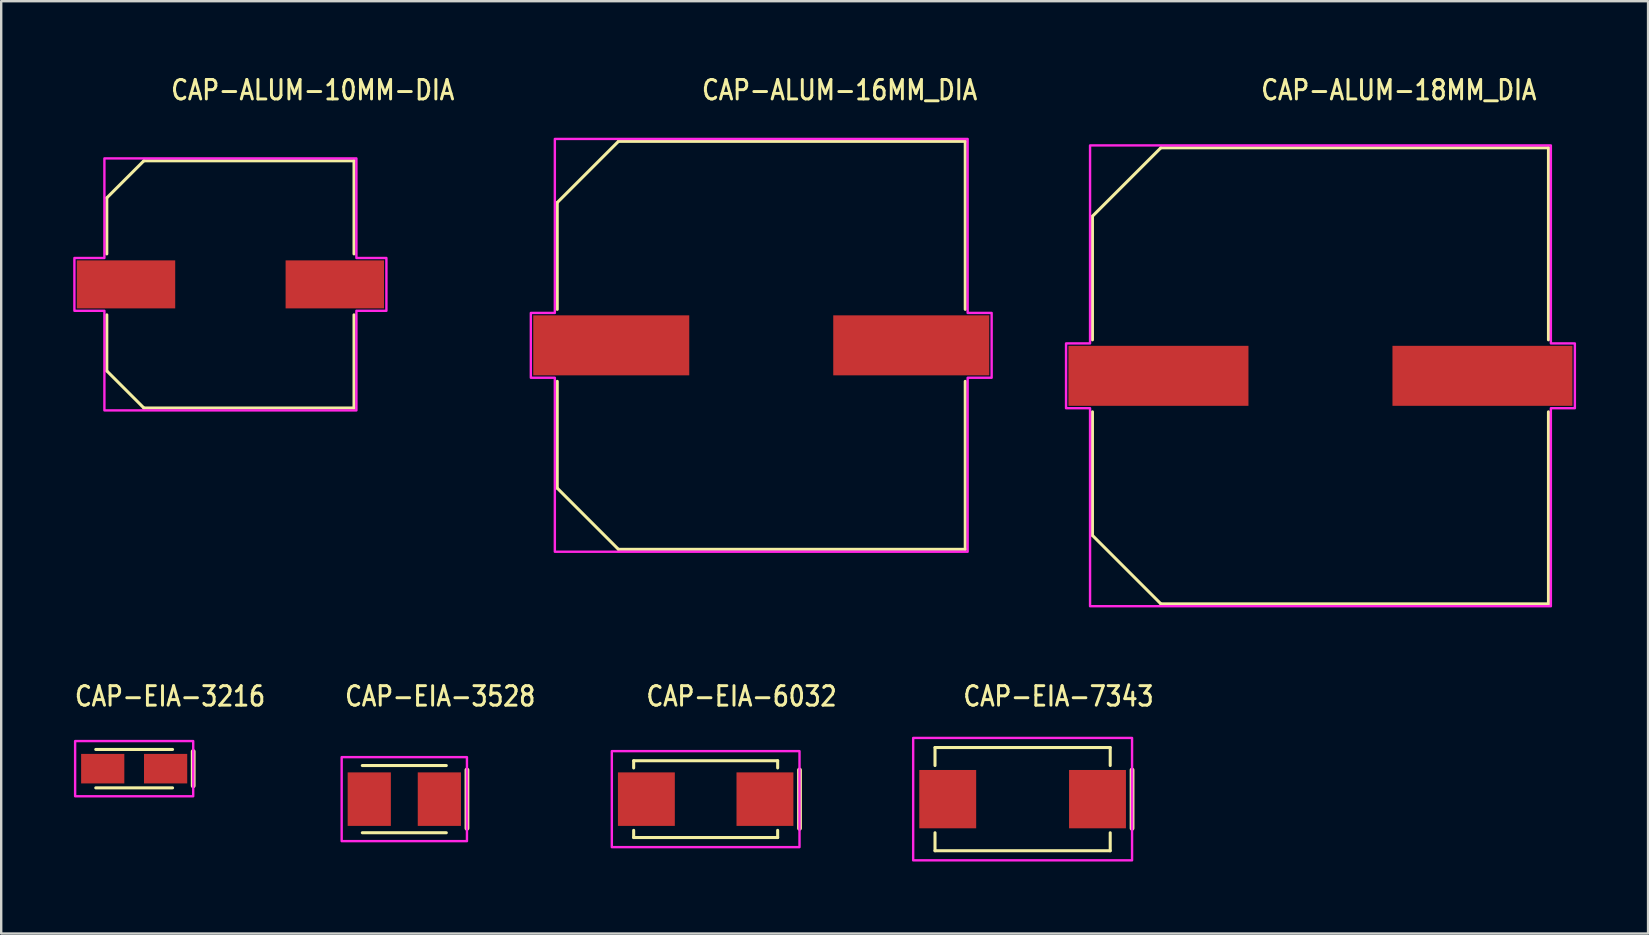
<source format=kicad_pcb>
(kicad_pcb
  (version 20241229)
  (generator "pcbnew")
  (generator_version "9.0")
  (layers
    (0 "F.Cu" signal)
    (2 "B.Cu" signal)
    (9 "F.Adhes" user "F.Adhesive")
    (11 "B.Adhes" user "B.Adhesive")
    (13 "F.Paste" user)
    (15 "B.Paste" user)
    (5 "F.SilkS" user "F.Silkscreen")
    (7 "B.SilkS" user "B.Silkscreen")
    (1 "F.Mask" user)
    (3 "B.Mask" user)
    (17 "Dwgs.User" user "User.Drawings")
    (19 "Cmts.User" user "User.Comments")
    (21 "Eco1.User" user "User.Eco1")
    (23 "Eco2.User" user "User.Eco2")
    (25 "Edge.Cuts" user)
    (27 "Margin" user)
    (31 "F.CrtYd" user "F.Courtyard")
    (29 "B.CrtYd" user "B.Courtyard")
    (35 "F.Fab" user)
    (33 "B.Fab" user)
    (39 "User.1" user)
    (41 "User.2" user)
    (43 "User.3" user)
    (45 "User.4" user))
  (footprint "CAP-EIA-7343"
    (layer "F.Cu")
    (at 39.558 30.247)
    (property "Reference" "CAP-EIA-7343" (at -2.54 -3.81 0) (unlocked yes) (layer "F.SilkS") (effects (font (size 0.813 0.695) (thickness 0.122)) (justify left bottom)))
    (fp_line (start -3.65 -2.15) (end -3.65 -1.401) (stroke (width 0.127) (type solid)) (layer "F.SilkS"))
    (fp_line (start -3.65 -2.15) (end 3.65 -2.15) (stroke (width 0.127) (type solid)) (layer "F.SilkS"))
    (fp_line (start -3.65 1.401) (end -3.65 2.15) (stroke (width 0.127) (type solid)) (layer "F.SilkS"))
    (fp_line (start -3.65 2.15) (end 3.65 2.15) (stroke (width 0.127) (type solid)) (layer "F.SilkS"))
    (fp_line (start 3.65 -2.15) (end 3.65 -1.401) (stroke (width 0.127) (type solid)) (layer "F.SilkS"))
    (fp_line (start 3.65 1.401) (end 3.65 2.15) (stroke (width 0.127) (type solid)) (layer "F.SilkS"))
    (fp_line (start 4.56 -1.215) (end 4.56 1.215) (stroke (width 0.2) (type solid)) (layer "F.SilkS"))
    (fp_poly (pts (xy -4.56 -2.55) (xy 4.56 -2.55) (xy 4.56 2.55) (xy -4.56 2.55)) (stroke (width 0.1) (type solid)) (fill no) (layer "F.CrtYd"))
    (pad "ANODE_+" smd rect (at 3.12 0) (size 2.37 2.43) (layers "F.Cu" "F.Mask" "F.Paste"))
    (pad "CATHODE_-" smd rect (at -3.12 0) (size 2.37 2.43) (layers "F.Cu" "F.Mask" "F.Paste")))
  (footprint "CAP-ALUM-18MM_DIA"
    (layer "F.Cu")
    (at 51.968 12.609)
    (property "Reference" "CAP-ALUM-18MM_DIA" (at -2.54 -11.43 0) (unlocked yes) (layer "F.SilkS") (effects (font (size 0.813 0.695) (thickness 0.122)) (justify left bottom)))
    (fp_line (start -9.5 -6.65) (end -6.65 -9.5) (stroke (width 0.127) (type solid)) (layer "F.SilkS"))
    (fp_line (start -9.5 -1.5) (end -9.5 -6.65) (stroke (width 0.127) (type solid)) (layer "F.SilkS"))
    (fp_line (start -9.5 6.65) (end -9.5 1.5) (stroke (width 0.127) (type solid)) (layer "F.SilkS"))
    (fp_line (start -6.65 -9.5) (end 9.5 -9.5) (stroke (width 0.127) (type solid)) (layer "F.SilkS"))
    (fp_line (start -6.65 9.5) (end -9.5 6.65) (stroke (width 0.127) (type solid)) (layer "F.SilkS"))
    (fp_line (start 9.5 -9.5) (end 9.5 -1.5) (stroke (width 0.127) (type solid)) (layer "F.SilkS"))
    (fp_line (start 9.5 1.5) (end 9.5 9.5) (stroke (width 0.127) (type solid)) (layer "F.SilkS"))
    (fp_line (start 9.5 9.5) (end -6.65 9.5) (stroke (width 0.127) (type solid)) (layer "F.SilkS"))
    (fp_poly (pts (xy -10.6 -1.35) (xy -9.6 -1.35) (xy -9.6 -9.6) (xy 9.6 -9.6) (xy 9.6 -1.35) (xy 10.6 -1.35) (xy 10.6 1.35) (xy 9.6 1.35) (xy 9.6 9.6) (xy -9.6 9.6) (xy -9.6 1.35) (xy -10.6 1.35)) (stroke (width 0.1) (type solid)) (fill no) (layer "F.CrtYd"))
    (pad "+" smd rect (at -6.75 0) (size 7.5 2.5) (layers "F.Cu" "F.Mask" "F.Paste"))
    (pad "-" smd rect (at 6.75 0) (size 7.5 2.5) (layers "F.Cu" "F.Mask" "F.Paste")))
  (footprint "CAP-ALUM-10MM-DIA"
    (layer "F.Cu")
    (at 6.55 8.799)
    (property "Reference" "CAP-ALUM-10MM-DIA" (at -2.54 -7.62 0) (unlocked yes) (layer "F.SilkS") (effects (font (size 0.813 0.695) (thickness 0.122)) (justify left bottom)))
    (fp_line (start -5.15 -3.605) (end -3.605 -5.15) (stroke (width 0.127) (type solid)) (layer "F.SilkS"))
    (fp_line (start -5.15 -1.27) (end -5.15 -3.605) (stroke (width 0.127) (type solid)) (layer "F.SilkS"))
    (fp_line (start -5.15 3.605) (end -5.15 1.27) (stroke (width 0.127) (type solid)) (layer "F.SilkS"))
    (fp_line (start -3.605 -5.15) (end 5.15 -5.15) (stroke (width 0.127) (type solid)) (layer "F.SilkS"))
    (fp_line (start -3.605 5.15) (end -5.15 3.605) (stroke (width 0.127) (type solid)) (layer "F.SilkS"))
    (fp_line (start 5.15 -5.15) (end 5.15 -1.27) (stroke (width 0.127) (type solid)) (layer "F.SilkS"))
    (fp_line (start 5.15 1.27) (end 5.15 5.15) (stroke (width 0.127) (type solid)) (layer "F.SilkS"))
    (fp_line (start 5.15 5.15) (end -3.605 5.15) (stroke (width 0.127) (type solid)) (layer "F.SilkS"))
    (fp_poly (pts (xy -6.5 -1.1) (xy -5.25 -1.1) (xy -5.25 -5.25) (xy 5.25 -5.25) (xy 5.25 -1.1) (xy 6.5 -1.1) (xy 6.5 1.1) (xy 5.25 1.1) (xy 5.25 5.25) (xy -5.25 5.25) (xy -5.25 1.1) (xy -6.5 1.1)) (stroke (width 0.1) (type solid)) (fill no) (layer "F.CrtYd"))
    (pad "+" smd rect (at -4.35 0) (size 4.1 2) (layers "F.Cu" "F.Mask" "F.Paste"))
    (pad "-" smd rect (at 4.35 0) (size 4.1 2) (layers "F.Cu" "F.Mask" "F.Paste")))
  (footprint "CAP-EIA-6032"
    (layer "F.Cu")
    (at 26.352 30.247)
    (property "Reference" "CAP-EIA-6032" (at -2.54 -3.81 0) (unlocked yes) (layer "F.SilkS") (effects (font (size 0.813 0.695) (thickness 0.122)) (justify left bottom)))
    (fp_line (start -3 -1.6) (end -3 -1.3) (stroke (width 0.127) (type solid)) (layer "F.SilkS"))
    (fp_line (start -3 -1.6) (end 3 -1.6) (stroke (width 0.127) (type solid)) (layer "F.SilkS"))
    (fp_line (start -3 1.3) (end -3 1.6) (stroke (width 0.127) (type solid)) (layer "F.SilkS"))
    (fp_line (start -3 1.6) (end 3 1.6) (stroke (width 0.127) (type solid)) (layer "F.SilkS"))
    (fp_line (start 3 -1.6) (end 3 -1.3) (stroke (width 0.127) (type solid)) (layer "F.SilkS"))
    (fp_line (start 3 1.3) (end 3 1.6) (stroke (width 0.127) (type solid)) (layer "F.SilkS"))
    (fp_line (start 3.91 -1.215) (end 3.91 1.215) (stroke (width 0.2) (type solid)) (layer "F.SilkS"))
    (fp_poly (pts (xy -3.91 -2) (xy 3.91 -2) (xy 3.91 2) (xy -3.91 2)) (stroke (width 0.1) (type solid)) (fill no) (layer "F.CrtYd"))
    (pad "ANODE_+" smd rect (at 2.47 0) (size 2.37 2.23) (layers "F.Cu" "F.Mask" "F.Paste"))
    (pad "CATHODE_-" smd rect (at -2.47 0) (size 2.37 2.23) (layers "F.Cu" "F.Mask" "F.Paste")))
  (footprint "CAP-EIA-3528"
    (layer "F.Cu")
    (at 13.796 30.247)
    (property "Reference" "CAP-EIA-3528" (at -2.54 -3.81 0) (unlocked yes) (layer "F.SilkS") (effects (font (size 0.813 0.695) (thickness 0.122)) (justify left bottom)))
    (fp_line (start -1.75 -1.4) (end 1.75 -1.4) (stroke (width 0.127) (type solid)) (layer "F.SilkS"))
    (fp_line (start -1.75 1.4) (end 1.75 1.4) (stroke (width 0.127) (type solid)) (layer "F.SilkS"))
    (fp_line (start 2.61 -1.215) (end 2.61 1.215) (stroke (width 0.2) (type solid)) (layer "F.SilkS"))
    (fp_poly (pts (xy -2.61 -1.75) (xy 2.61 -1.75) (xy 2.61 1.75) (xy -2.61 1.75)) (stroke (width 0.1) (type solid)) (fill no) (layer "F.CrtYd"))
    (pad "ANODE_+" smd rect (at 1.46 0) (size 1.8 2.23) (layers "F.Cu" "F.Mask" "F.Paste"))
    (pad "CATHODE_-" smd rect (at -1.46 0) (size 1.8 2.23) (layers "F.Cu" "F.Mask" "F.Paste")))
  (footprint "CAP-EIA-3216"
    (layer "F.Cu")
    (at 2.54 28.977)
    (property "Reference" "CAP-EIA-3216" (at -2.54 -2.54 0) (unlocked yes) (layer "F.SilkS") (effects (font (size 0.813 0.695) (thickness 0.122)) (justify left bottom)))
    (fp_line (start -1.6 -0.8) (end 1.6 -0.8) (stroke (width 0.127) (type solid)) (layer "F.SilkS"))
    (fp_line (start -1.6 0.8) (end 1.6 0.8) (stroke (width 0.127) (type solid)) (layer "F.SilkS"))
    (fp_line (start 2.46 -0.715) (end 2.46 0.715) (stroke (width 0.2) (type solid)) (layer "F.SilkS"))
    (fp_poly (pts (xy -2.46 -1.15) (xy 2.46 -1.15) (xy 2.46 1.15) (xy -2.46 1.15)) (stroke (width 0.1) (type solid)) (fill no) (layer "F.CrtYd"))
    (pad "ANODE_+" smd rect (at 1.31 0) (size 1.8 1.23) (layers "F.Cu" "F.Mask" "F.Paste"))
    (pad "CATHODE_-" smd rect (at -1.31 0) (size 1.8 1.23) (layers "F.Cu" "F.Mask" "F.Paste")))
  (footprint "CAP-ALUM-16MM_DIA"
    (layer "F.Cu")
    (at 28.668 11.339)
    (property "Reference" "CAP-ALUM-16MM_DIA" (at -2.54 -10.16 0) (unlocked yes) (layer "F.SilkS") (effects (font (size 0.813 0.695) (thickness 0.122)) (justify left bottom)))
    (fp_line (start -8.5 -5.95) (end -5.95 -8.5) (stroke (width 0.127) (type solid)) (layer "F.SilkS"))
    (fp_line (start -8.5 -1.5) (end -8.5 -5.95) (stroke (width 0.127) (type solid)) (layer "F.SilkS"))
    (fp_line (start -8.5 5.95) (end -8.5 1.5) (stroke (width 0.127) (type solid)) (layer "F.SilkS"))
    (fp_line (start -5.95 -8.5) (end 8.5 -8.5) (stroke (width 0.127) (type solid)) (layer "F.SilkS"))
    (fp_line (start -5.95 8.5) (end -8.5 5.95) (stroke (width 0.127) (type solid)) (layer "F.SilkS"))
    (fp_line (start 8.5 -8.5) (end 8.5 -1.5) (stroke (width 0.127) (type solid)) (layer "F.SilkS"))
    (fp_line (start 8.5 1.5) (end 8.5 8.5) (stroke (width 0.127) (type solid)) (layer "F.SilkS"))
    (fp_line (start 8.5 8.5) (end -5.95 8.5) (stroke (width 0.127) (type solid)) (layer "F.SilkS"))
    (fp_poly (pts (xy -9.6 -1.35) (xy -8.6 -1.35) (xy -8.6 -8.6) (xy 8.6 -8.6) (xy 8.6 -1.35) (xy 9.6 -1.35) (xy 9.6 1.35) (xy 8.6 1.35) (xy 8.6 8.6) (xy -8.6 8.6) (xy -8.6 1.35) (xy -9.6 1.35)) (stroke (width 0.1) (type solid)) (fill no) (layer "F.CrtYd"))
    (pad "+" smd rect (at -6.25 0) (size 6.5 2.5) (layers "F.Cu" "F.Mask" "F.Paste"))
    (pad "-" smd rect (at 6.25 0) (size 6.5 2.5) (layers "F.Cu" "F.Mask" "F.Paste")))
  (gr_rect
    (start -3 -3)
    (end 65.618 35.847)
    (stroke (width 0.1) (type default))
    (fill no)
    (layer "Edge.Cuts")))
</source>
